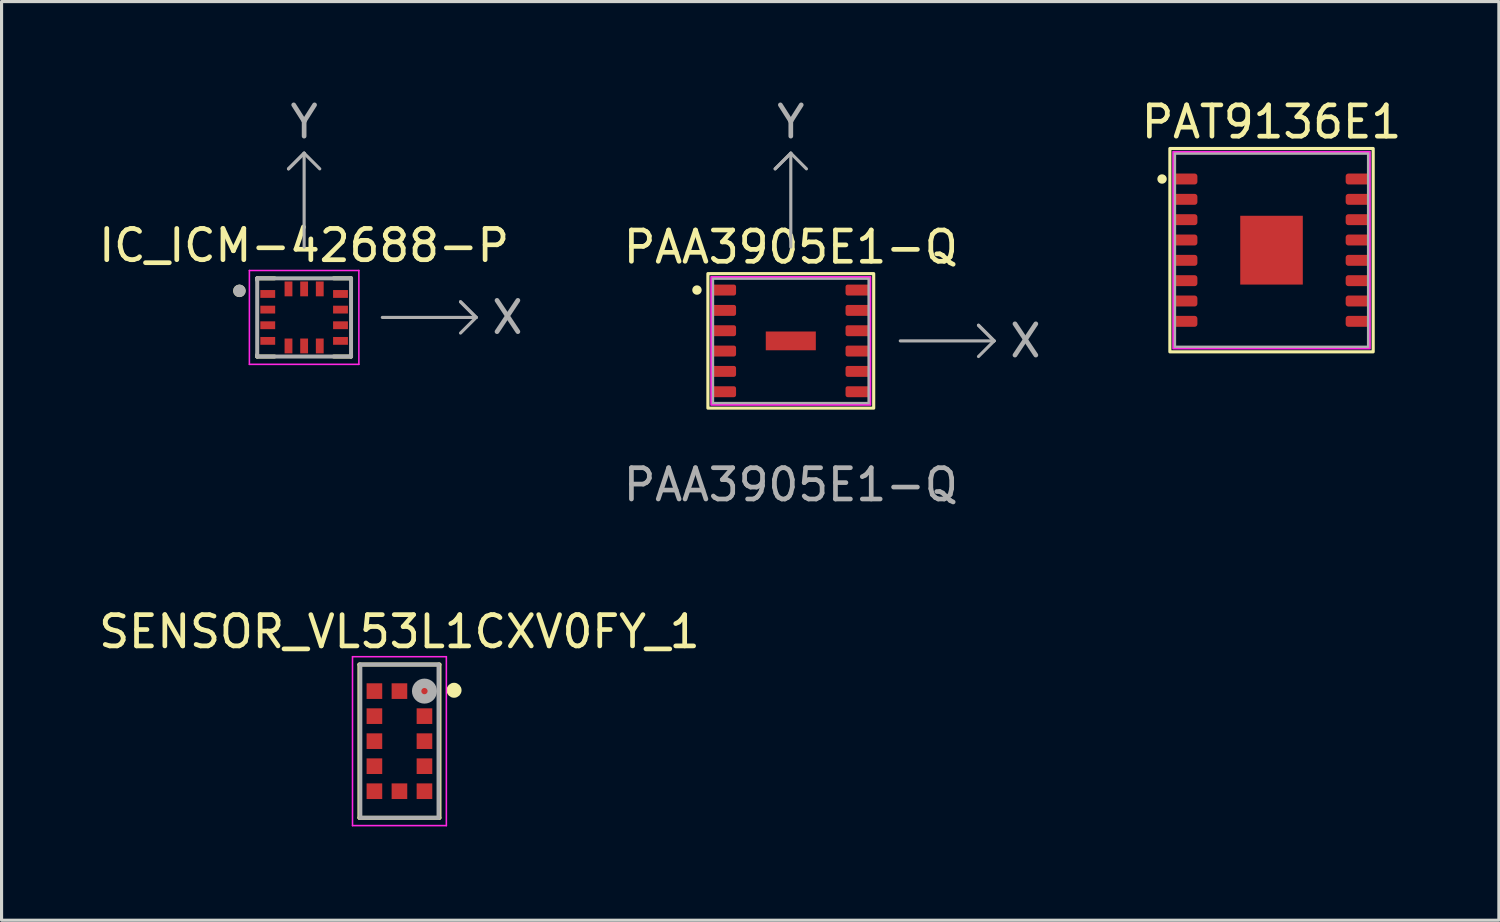
<source format=kicad_pcb>
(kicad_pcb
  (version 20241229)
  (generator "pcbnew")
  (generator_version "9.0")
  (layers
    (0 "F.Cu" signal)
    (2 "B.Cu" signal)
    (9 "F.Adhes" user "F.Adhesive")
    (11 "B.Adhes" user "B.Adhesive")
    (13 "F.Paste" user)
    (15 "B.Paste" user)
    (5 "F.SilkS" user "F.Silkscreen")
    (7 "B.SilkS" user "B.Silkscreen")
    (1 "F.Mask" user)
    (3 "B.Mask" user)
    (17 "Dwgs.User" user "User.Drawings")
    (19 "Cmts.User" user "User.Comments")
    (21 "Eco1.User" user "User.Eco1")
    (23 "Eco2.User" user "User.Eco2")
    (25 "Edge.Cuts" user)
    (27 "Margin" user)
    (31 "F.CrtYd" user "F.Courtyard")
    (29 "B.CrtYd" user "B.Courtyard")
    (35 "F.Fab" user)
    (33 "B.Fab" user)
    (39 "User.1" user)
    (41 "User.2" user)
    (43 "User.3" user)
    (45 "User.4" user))
  (footprint "IC_ICM-42688-P"
    (layer "F.Cu")
    (at 6.673 7.098)
    (property "Reference" "IC_ICM-42688-P" (at 0 -2.3 0) (layer "F.SilkS") (effects (font (size 1 1) (thickness 0.15))))
    (attr smd)
    (fp_poly (pts (xy -1.45 -0.925) (xy -0.875 -0.925) (xy -0.875 -0.575) (xy -1.45 -0.575)) (stroke (width 0.01) (type solid)) (fill yes) (layer "F.Mask"))
    (fp_poly (pts (xy -1.45 -0.425) (xy -0.875 -0.425) (xy -0.875 -0.075) (xy -1.45 -0.075)) (stroke (width 0.01) (type solid)) (fill yes) (layer "F.Mask"))
    (fp_poly (pts (xy -1.45 0.075) (xy -0.875 0.075) (xy -0.875 0.425) (xy -1.45 0.425)) (stroke (width 0.01) (type solid)) (fill yes) (layer "F.Mask"))
    (fp_poly (pts (xy -1.45 0.575) (xy -0.875 0.575) (xy -0.875 0.925) (xy -1.45 0.925)) (stroke (width 0.01) (type solid)) (fill yes) (layer "F.Mask"))
    (fp_poly (pts (xy -0.675 -1.2) (xy -0.325 -1.2) (xy -0.325 -0.625) (xy -0.675 -0.625)) (stroke (width 0.01) (type solid)) (fill yes) (layer "F.Mask"))
    (fp_poly (pts (xy -0.675 0.625) (xy -0.325 0.625) (xy -0.325 1.2) (xy -0.675 1.2)) (stroke (width 0.01) (type solid)) (fill yes) (layer "F.Mask"))
    (fp_poly (pts (xy -0.175 -1.2) (xy 0.175 -1.2) (xy 0.175 -0.625) (xy -0.175 -0.625)) (stroke (width 0.01) (type solid)) (fill yes) (layer "F.Mask"))
    (fp_poly (pts (xy -0.175 0.625) (xy 0.175 0.625) (xy 0.175 1.2) (xy -0.175 1.2)) (stroke (width 0.01) (type solid)) (fill yes) (layer "F.Mask"))
    (fp_poly (pts (xy 0.325 -1.2) (xy 0.675 -1.2) (xy 0.675 -0.625) (xy 0.325 -0.625)) (stroke (width 0.01) (type solid)) (fill yes) (layer "F.Mask"))
    (fp_poly (pts (xy 0.325 0.625) (xy 0.675 0.625) (xy 0.675 1.2) (xy 0.325 1.2)) (stroke (width 0.01) (type solid)) (fill yes) (layer "F.Mask"))
    (fp_poly (pts (xy 0.875 -0.925) (xy 1.45 -0.925) (xy 1.45 -0.575) (xy 0.875 -0.575)) (stroke (width 0.01) (type solid)) (fill yes) (layer "F.Mask"))
    (fp_poly (pts (xy 0.875 -0.425) (xy 1.45 -0.425) (xy 1.45 -0.075) (xy 0.875 -0.075)) (stroke (width 0.01) (type solid)) (fill yes) (layer "F.Mask"))
    (fp_poly (pts (xy 0.875 0.075) (xy 1.45 0.075) (xy 1.45 0.425) (xy 0.875 0.425)) (stroke (width 0.01) (type solid)) (fill yes) (layer "F.Mask"))
    (fp_poly (pts (xy 0.875 0.575) (xy 1.45 0.575) (xy 1.45 0.925) (xy 0.875 0.925)) (stroke (width 0.01) (type solid)) (fill yes) (layer "F.Mask"))
    (fp_line (start -1.5 -1.25) (end -1.5 -1.195) (stroke (width 0.127) (type solid)) (layer "F.SilkS"))
    (fp_line (start -1.5 -1.25) (end -0.945 -1.25) (stroke (width 0.127) (type solid)) (layer "F.SilkS"))
    (fp_line (start -1.5 1.25) (end -1.5 1.195) (stroke (width 0.127) (type solid)) (layer "F.SilkS"))
    (fp_line (start -0.945 1.25) (end -1.5 1.25) (stroke (width 0.127) (type solid)) (layer "F.SilkS"))
    (fp_line (start 0.945 -1.25) (end 1.5 -1.25) (stroke (width 0.127) (type solid)) (layer "F.SilkS"))
    (fp_line (start 1.5 -1.25) (end 1.5 -1.195) (stroke (width 0.127) (type solid)) (layer "F.SilkS"))
    (fp_line (start 1.5 1.25) (end 0.945 1.25) (stroke (width 0.127) (type solid)) (layer "F.SilkS"))
    (fp_line (start 1.5 1.25) (end 1.5 1.195) (stroke (width 0.127) (type solid)) (layer "F.SilkS"))
    (fp_circle (center -2.069 -0.85) (end -1.969 -0.85) (stroke (width 0.2) (type solid)) (fill no) (layer "F.SilkS"))
    (fp_line (start -1.75 -1.5) (end -1.75 1.5) (stroke (width 0.05) (type solid)) (layer "F.CrtYd"))
    (fp_line (start -1.75 1.5) (end 1.75 1.5) (stroke (width 0.05) (type solid)) (layer "F.CrtYd"))
    (fp_line (start 1.75 -1.5) (end -1.75 -1.5) (stroke (width 0.05) (type solid)) (layer "F.CrtYd"))
    (fp_line (start 1.75 1.5) (end 1.75 -1.5) (stroke (width 0.05) (type solid)) (layer "F.CrtYd"))
    (fp_line (start -1.5 -1.25) (end 1.5 -1.25) (stroke (width 0.127) (type solid)) (layer "F.Fab"))
    (fp_line (start -1.5 1.25) (end -1.5 -1.25) (stroke (width 0.127) (type solid)) (layer "F.Fab"))
    (fp_line (start -0.5 -4.75) (end 0 -5.25) (stroke (width 0.1) (type default)) (layer "F.Fab"))
    (fp_line (start 0 -5.25) (end -0.5 -4.75) (stroke (width 0.1) (type default)) (layer "F.Fab"))
    (fp_line (start 0 -2.25) (end 0 -5.25) (stroke (width 0.1) (type default)) (layer "F.Fab"))
    (fp_line (start 0.5 -4.75) (end 0 -5.25) (stroke (width 0.1) (type default)) (layer "F.Fab"))
    (fp_line (start 1.5 -1.25) (end 1.5 1.25) (stroke (width 0.127) (type solid)) (layer "F.Fab"))
    (fp_line (start 1.5 1.25) (end -1.5 1.25) (stroke (width 0.127) (type solid)) (layer "F.Fab"))
    (fp_line (start 2.5 0) (end 5.5 0) (stroke (width 0.1) (type default)) (layer "F.Fab"))
    (fp_line (start 5 -0.5) (end 5.5 0) (stroke (width 0.1) (type default)) (layer "F.Fab"))
    (fp_line (start 5 0.5) (end 5.5 0) (stroke (width 0.1) (type default)) (layer "F.Fab"))
    (fp_line (start 5.5 0) (end 5 -0.5) (stroke (width 0.1) (type default)) (layer "F.Fab"))
    (fp_circle (center -2.069 -0.85) (end -1.969 -0.85) (stroke (width 0.2) (type solid)) (fill no) (layer "F.Fab"))
    (fp_text user "X" (at 6.5 0 0) (unlocked yes) (layer "F.Fab") (effects (font (size 1 1) (thickness 0.15))))
    (fp_text user "Y" (at 0 -6.25 0) (unlocked yes) (layer "F.Fab") (effects (font (size 1 1) (thickness 0.15))))
    (pad "1" smd rect (at -1.163 -0.75) (size 0.475 0.25) (layers "F.Cu" "F.Paste"))
    (pad "2" smd rect (at -1.163 -0.25) (size 0.475 0.25) (layers "F.Cu" "F.Paste"))
    (pad "3" smd rect (at -1.163 0.25) (size 0.475 0.25) (layers "F.Cu" "F.Paste"))
    (pad "4" smd rect (at -1.163 0.75) (size 0.475 0.25) (layers "F.Cu" "F.Paste"))
    (pad "5" smd rect (at -0.5 0.912) (size 0.25 0.475) (layers "F.Cu" "F.Paste"))
    (pad "6" smd rect (at 0 0.912) (size 0.25 0.475) (layers "F.Cu" "F.Paste"))
    (pad "7" smd rect (at 0.5 0.912) (size 0.25 0.475) (layers "F.Cu" "F.Paste"))
    (pad "8" smd rect (at 1.163 0.75) (size 0.475 0.25) (layers "F.Cu" "F.Paste"))
    (pad "9" smd rect (at 1.163 0.25) (size 0.475 0.25) (layers "F.Cu" "F.Paste"))
    (pad "10" smd rect (at 1.163 -0.25) (size 0.475 0.25) (layers "F.Cu" "F.Paste"))
    (pad "11" smd rect (at 1.163 -0.75) (size 0.475 0.25) (layers "F.Cu" "F.Paste"))
    (pad "12" smd rect (at 0.5 -0.912) (size 0.25 0.475) (layers "F.Cu" "F.Paste"))
    (pad "13" smd rect (at 0 -0.912) (size 0.25 0.475) (layers "F.Cu" "F.Paste"))
    (pad "14" smd rect (at -0.5 -0.912) (size 0.25 0.475) (layers "F.Cu" "F.Paste"))
    (zone (net_name "") (layers "F.Cu" "B.Cu") (hatch full 0.508) (connect_pads) (min_thickness 0.01) (filled_areas_thickness no) (keepout (tracks not_allowed) (vias not_allowed) (pads not_allowed) (copperpour not_allowed) (footprints not_allowed)) (placement (enabled no)) (fill) (polygon (pts (xy 5.773 6.448) (xy 7.573 6.448) (xy 7.573 7.748) (xy 5.773 7.748)))))
  (footprint "SENSOR_VL53L1CXV0FY_1"
    (layer "F.Cu")
    (at 9.72 20.645)
    (property "Reference" "SENSOR_VL53L1CXV0FY_1" (at 0 -3.5 0) (layer "F.SilkS") (effects (font (size 1 1) (thickness 0.15))))
    (attr smd)
    (fp_line (start -1.28 -2.45) (end 1.28 -2.45) (stroke (width 0.127) (type solid)) (layer "F.SilkS"))
    (fp_line (start -1.28 2.45) (end -1.28 -2.45) (stroke (width 0.127) (type solid)) (layer "F.SilkS"))
    (fp_line (start 1.28 -2.45) (end 1.28 2.45) (stroke (width 0.127) (type solid)) (layer "F.SilkS"))
    (fp_line (start 1.28 2.45) (end -1.28 2.45) (stroke (width 0.127) (type solid)) (layer "F.SilkS"))
    (fp_circle (center 1.746 -1.627) (end 1.866 -1.627) (stroke (width 0.24) (type solid)) (fill no) (layer "F.SilkS"))
    (fp_line (start -1.5 -2.7) (end 1.5 -2.7) (stroke (width 0.05) (type solid)) (layer "F.CrtYd"))
    (fp_line (start -1.5 2.7) (end -1.5 -2.7) (stroke (width 0.05) (type solid)) (layer "F.CrtYd"))
    (fp_line (start 1.5 -2.7) (end 1.5 2.7) (stroke (width 0.05) (type solid)) (layer "F.CrtYd"))
    (fp_line (start 1.5 2.7) (end -1.5 2.7) (stroke (width 0.05) (type solid)) (layer "F.CrtYd"))
    (fp_line (start -1.25 -2.45) (end 1.25 -2.45) (stroke (width 0.127) (type solid)) (layer "F.Fab"))
    (fp_line (start -1.25 2.45) (end -1.25 -2.45) (stroke (width 0.127) (type solid)) (layer "F.Fab"))
    (fp_line (start 1.25 -2.45) (end 1.25 2.45) (stroke (width 0.127) (type solid)) (layer "F.Fab"))
    (fp_line (start 1.25 2.45) (end -1.25 2.45) (stroke (width 0.127) (type solid)) (layer "F.Fab"))
    (fp_circle (center 0.8 -1.6) (end 0.9 -1.6) (stroke (width 0.3) (type solid)) (fill no) (layer "F.Fab"))
    (pad "1" smd rect (at 0.8 -1.6) (size 0.5 0.5) (layers "F.Cu" "F.Mask" "F.Paste"))
    (pad "2" smd rect (at 0.8 -0.8) (size 0.5 0.5) (layers "F.Cu" "F.Mask" "F.Paste"))
    (pad "3" smd rect (at 0.8 0) (size 0.5 0.5) (layers "F.Cu" "F.Mask" "F.Paste"))
    (pad "4" smd rect (at 0.8 0.8) (size 0.5 0.5) (layers "F.Cu" "F.Mask" "F.Paste"))
    (pad "5" smd rect (at 0.8 1.6) (size 0.5 0.5) (layers "F.Cu" "F.Mask" "F.Paste"))
    (pad "6" smd rect (at 0 1.6) (size 0.5 0.5) (layers "F.Cu" "F.Mask" "F.Paste"))
    (pad "7" smd rect (at -0.8 1.6) (size 0.5 0.5) (layers "F.Cu" "F.Mask" "F.Paste"))
    (pad "8" smd rect (at -0.8 0.8) (size 0.5 0.5) (layers "F.Cu" "F.Mask" "F.Paste"))
    (pad "9" smd rect (at -0.8 0) (size 0.5 0.5) (layers "F.Cu" "F.Mask" "F.Paste"))
    (pad "10" smd rect (at -0.8 -0.8) (size 0.5 0.5) (layers "F.Cu" "F.Mask" "F.Paste"))
    (pad "11" smd rect (at -0.8 -1.6) (size 0.5 0.5) (layers "F.Cu" "F.Mask" "F.Paste"))
    (pad "12" smd rect (at 0 -1.6) (size 0.5 0.5) (layers "F.Cu" "F.Mask" "F.Paste")))
  (footprint "PAT9136E1"
    (layer "F.Cu")
    (at 37.601 4.948)
    (property "Reference" "PAT9136E1" (at 0 -4.1 0) (unlocked yes) (layer "F.SilkS") (effects (font (size 1 1) (thickness 0.15))))
    (attr smd)
    (fp_rect (start -3.25 -3.25) (end 3.25 3.25) (stroke (width 0.1) (type default)) (fill no) (layer "F.SilkS"))
    (fp_circle (center -3.5 -2.275) (end -3.4 -2.275) (stroke (width 0.1) (type solid)) (fill yes) (layer "F.SilkS"))
    (fp_rect (start -3.15 -3.15) (end 3.15 3.15) (stroke (width 0.05) (type default)) (fill no) (layer "F.CrtYd"))
    (fp_rect (start -3.1 -3.1) (end 3.1 3.1) (stroke (width 0.1) (type default)) (fill no) (layer "F.Fab"))
    (pad "1" smd roundrect (at -2.735 -2.275) (size 0.73 0.35) (layers "F.Cu" "F.Mask" "F.Paste") (roundrect_rratio 0.25) (chamfer_ratio 0) (chamfer top_left bottom_left))
    (pad "2" smd roundrect (at -2.735 -1.625) (size 0.73 0.35) (layers "F.Cu" "F.Mask" "F.Paste") (roundrect_rratio 0.25) (chamfer_ratio 0) (chamfer top_left bottom_left))
    (pad "3" smd roundrect (at -2.735 -0.975) (size 0.73 0.35) (layers "F.Cu" "F.Mask" "F.Paste") (roundrect_rratio 0.25) (chamfer_ratio 0) (chamfer top_left bottom_left))
    (pad "4" smd roundrect (at -2.735 -0.325) (size 0.73 0.35) (layers "F.Cu" "F.Mask" "F.Paste") (roundrect_rratio 0.25) (chamfer_ratio 0) (chamfer top_left bottom_left))
    (pad "5" smd roundrect (at -2.735 0.325) (size 0.73 0.35) (layers "F.Cu" "F.Mask" "F.Paste") (roundrect_rratio 0.25) (chamfer_ratio 0) (chamfer top_left bottom_left))
    (pad "6" smd roundrect (at -2.735 0.975) (size 0.73 0.35) (layers "F.Cu" "F.Mask" "F.Paste") (roundrect_rratio 0.25) (chamfer_ratio 0) (chamfer top_left bottom_left))
    (pad "7" smd roundrect (at -2.735 1.625) (size 0.73 0.35) (layers "F.Cu" "F.Mask" "F.Paste") (roundrect_rratio 0.25) (chamfer_ratio 0) (chamfer top_left bottom_left))
    (pad "8" smd roundrect (at -2.735 2.275) (size 0.73 0.35) (layers "F.Cu" "F.Mask" "F.Paste") (roundrect_rratio 0.25) (chamfer_ratio 0) (chamfer top_left bottom_left))
    (pad "9" smd roundrect (at 2.735 2.275 180) (size 0.73 0.35) (layers "F.Cu" "F.Mask" "F.Paste") (roundrect_rratio 0.25) (chamfer_ratio 0) (chamfer top_left bottom_left))
    (pad "10" smd roundrect (at 2.735 1.625 180) (size 0.73 0.35) (layers "F.Cu" "F.Mask" "F.Paste") (roundrect_rratio 0.25) (chamfer_ratio 0) (chamfer top_left bottom_left))
    (pad "11" smd roundrect (at 2.735 0.975 180) (size 0.73 0.35) (layers "F.Cu" "F.Mask" "F.Paste") (roundrect_rratio 0.25) (chamfer_ratio 0) (chamfer top_left bottom_left))
    (pad "12" smd roundrect (at 2.735 0.325 180) (size 0.73 0.35) (layers "F.Cu" "F.Mask" "F.Paste") (roundrect_rratio 0.25) (chamfer_ratio 0) (chamfer top_left bottom_left))
    (pad "13" smd roundrect (at 2.735 -0.325 180) (size 0.73 0.35) (layers "F.Cu" "F.Mask" "F.Paste") (roundrect_rratio 0.25) (chamfer_ratio 0) (chamfer top_left bottom_left))
    (pad "14" smd roundrect (at 2.735 -0.975 180) (size 0.73 0.35) (layers "F.Cu" "F.Mask" "F.Paste") (roundrect_rratio 0.25) (chamfer_ratio 0) (chamfer top_left bottom_left))
    (pad "15" smd roundrect (at 2.735 -1.625 180) (size 0.73 0.35) (layers "F.Cu" "F.Mask" "F.Paste") (roundrect_rratio 0.25) (chamfer_ratio 0) (chamfer top_left bottom_left))
    (pad "16" smd roundrect (at 2.735 -2.275 180) (size 0.73 0.35) (layers "F.Cu" "F.Mask" "F.Paste") (roundrect_rratio 0.25) (chamfer_ratio 0) (chamfer top_left bottom_left))
    (pad "17" smd rect (at 0 0 180) (size 2 2.2) (layers "F.Cu" "F.Mask" "F.Paste")))
  (footprint "PAA3905E1-Q"
    (layer "F.Cu")
    (at 22.232 7.848)
    (property "Reference" "PAA3905E1-Q" (at 0 -3 0) (unlocked yes) (layer "F.SilkS") (effects (font (size 1 1) (thickness 0.15))))
    (attr smd)
    (fp_rect (start -2.65 -2.15) (end 2.65 2.15) (stroke (width 0.1) (type default)) (fill no) (layer "F.SilkS"))
    (fp_circle (center -3 -1.625) (end -2.9 -1.625) (stroke (width 0.1) (type solid)) (fill yes) (layer "F.SilkS"))
    (fp_rect (start -2.55 -2.05) (end 2.55 2.05) (stroke (width 0.05) (type default)) (fill no) (layer "F.CrtYd"))
    (fp_line (start -0.5 -5.5) (end 0 -6) (stroke (width 0.1) (type default)) (layer "F.Fab"))
    (fp_line (start 0 -6) (end -0.5 -5.5) (stroke (width 0.1) (type default)) (layer "F.Fab"))
    (fp_line (start 0 -3) (end 0 -6) (stroke (width 0.1) (type default)) (layer "F.Fab"))
    (fp_line (start 0.5 -5.5) (end 0 -6) (stroke (width 0.1) (type default)) (layer "F.Fab"))
    (fp_line (start 3.5 0) (end 6.5 0) (stroke (width 0.1) (type default)) (layer "F.Fab"))
    (fp_line (start 6 -0.5) (end 6.5 0) (stroke (width 0.1) (type default)) (layer "F.Fab"))
    (fp_line (start 6 0.5) (end 6.5 0) (stroke (width 0.1) (type default)) (layer "F.Fab"))
    (fp_line (start 6.5 0) (end 6 -0.5) (stroke (width 0.1) (type default)) (layer "F.Fab"))
    (fp_rect (start -2.5 -2) (end 2.5 2) (stroke (width 0.1) (type default)) (fill no) (layer "F.Fab"))
    (fp_text user "X" (at 7.5 0 0) (unlocked yes) (layer "F.Fab") (effects (font (size 1 1) (thickness 0.15))))
    (fp_text user "${REFERENCE}" (at 0 4.6 0) (unlocked yes) (layer "F.Fab") (effects (font (size 1 1) (thickness 0.15))))
    (fp_text user "Y" (at 0 -7 0) (unlocked yes) (layer "F.Fab") (effects (font (size 1 1) (thickness 0.15))))
    (pad "1" smd roundrect (at -2.125 -1.625) (size 0.75 0.35) (layers "F.Cu" "F.Mask" "F.Paste") (roundrect_rratio 0.2) (chamfer_ratio 0) (chamfer top_left bottom_left))
    (pad "2" smd roundrect (at -2.125 -0.975) (size 0.75 0.35) (layers "F.Cu" "F.Mask" "F.Paste") (roundrect_rratio 0.2) (chamfer_ratio 0) (chamfer top_left bottom_left))
    (pad "3" smd roundrect (at -2.125 -0.325) (size 0.75 0.35) (layers "F.Cu" "F.Mask" "F.Paste") (roundrect_rratio 0.2) (chamfer_ratio 0) (chamfer top_left bottom_left))
    (pad "4" smd roundrect (at -2.125 0.325) (size 0.75 0.35) (layers "F.Cu" "F.Mask" "F.Paste") (roundrect_rratio 0.2) (chamfer_ratio 0) (chamfer top_left bottom_left))
    (pad "4" smd rect (at 0 0) (size 1.6 0.6) (layers "F.Cu" "F.Mask" "F.Paste"))
    (pad "5" smd roundrect (at -2.125 0.975) (size 0.75 0.35) (layers "F.Cu" "F.Mask" "F.Paste") (roundrect_rratio 0.2) (chamfer_ratio 0) (chamfer top_left bottom_left))
    (pad "6" smd roundrect (at -2.125 1.625) (size 0.75 0.35) (layers "F.Cu" "F.Mask" "F.Paste") (roundrect_rratio 0.2) (chamfer_ratio 0) (chamfer top_left bottom_left))
    (pad "7" smd roundrect (at 2.125 1.625) (size 0.75 0.35) (layers "F.Cu" "F.Mask" "F.Paste") (roundrect_rratio 0.2) (chamfer_ratio 0) (chamfer top_right bottom_right))
    (pad "8" smd roundrect (at 2.125 0.975) (size 0.75 0.35) (layers "F.Cu" "F.Mask" "F.Paste") (roundrect_rratio 0.2) (chamfer_ratio 0) (chamfer top_right bottom_right))
    (pad "9" smd roundrect (at 2.125 0.325) (size 0.75 0.35) (layers "F.Cu" "F.Mask" "F.Paste") (roundrect_rratio 0.2) (chamfer_ratio 0) (chamfer top_right bottom_right))
    (pad "10" smd roundrect (at 2.125 -0.325) (size 0.75 0.35) (layers "F.Cu" "F.Mask" "F.Paste") (roundrect_rratio 0.2) (chamfer_ratio 0) (chamfer top_right bottom_right))
    (pad "11" smd roundrect (at 2.125 -0.975) (size 0.75 0.35) (layers "F.Cu" "F.Mask" "F.Paste") (roundrect_rratio 0.2) (chamfer_ratio 0) (chamfer top_right bottom_right))
    (pad "12" smd roundrect (at 2.125 -1.625) (size 0.75 0.35) (layers "F.Cu" "F.Mask" "F.Paste") (roundrect_rratio 0.2) (chamfer_ratio 0) (chamfer top_right bottom_right)))
  (gr_rect
    (start -3 -3)
    (end 44.869 26.37)
    (stroke (width 0.1) (type default))
    (fill no)
    (layer "Edge.Cuts")))
</source>
